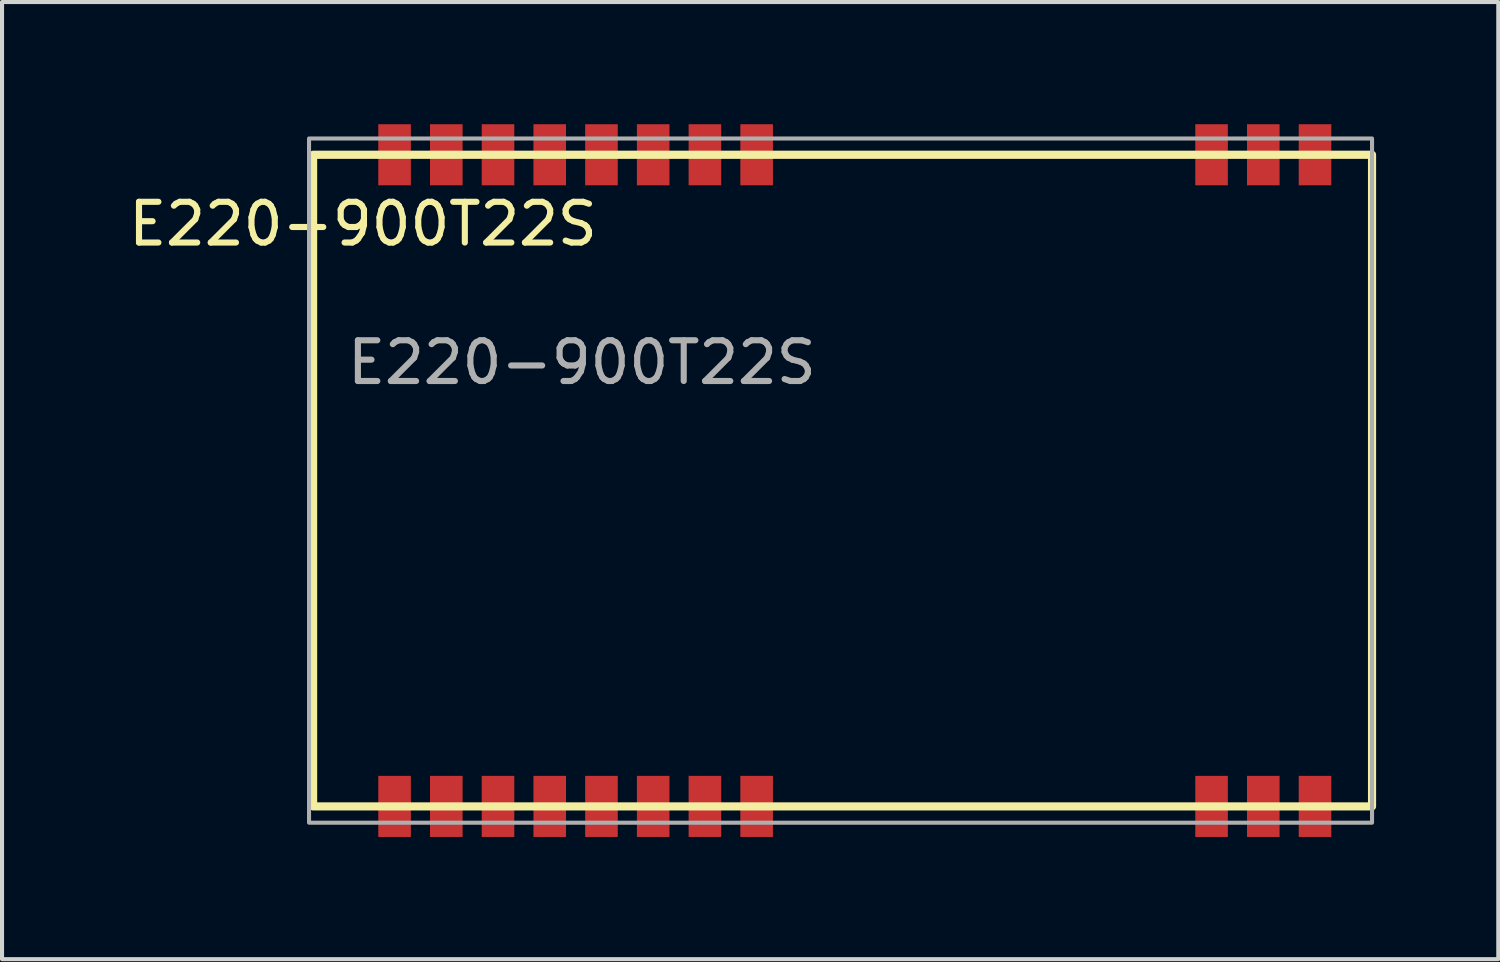
<source format=kicad_pcb>
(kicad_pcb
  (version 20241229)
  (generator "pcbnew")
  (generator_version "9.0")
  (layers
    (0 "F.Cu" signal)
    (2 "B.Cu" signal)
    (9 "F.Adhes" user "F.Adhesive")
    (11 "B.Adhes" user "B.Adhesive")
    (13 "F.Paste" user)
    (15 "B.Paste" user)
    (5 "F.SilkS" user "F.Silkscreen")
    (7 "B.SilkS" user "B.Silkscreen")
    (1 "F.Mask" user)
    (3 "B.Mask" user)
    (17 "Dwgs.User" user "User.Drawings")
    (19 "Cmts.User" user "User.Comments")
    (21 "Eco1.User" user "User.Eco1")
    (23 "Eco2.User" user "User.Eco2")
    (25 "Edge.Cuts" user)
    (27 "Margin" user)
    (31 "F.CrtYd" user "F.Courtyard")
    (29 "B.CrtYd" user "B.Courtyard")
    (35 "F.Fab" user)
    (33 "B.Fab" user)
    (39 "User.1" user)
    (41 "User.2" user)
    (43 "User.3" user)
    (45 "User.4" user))
  (footprint "E220-900T22S"
    (layer "F.Cu")
    (at 4.638 16.75)
    (property "Reference" "E220-900T22S" (at 1.225 -14.3 0) (unlocked yes) (layer "F.SilkS") (effects (font (size 1 1) (thickness 0.15))))
    (attr smd)
    (fp_rect (start 0 -16) (end 26 0) (stroke (width 0.2) (type solid)) (fill no) (layer "F.SilkS"))
    (fp_rect (start -0.1 -16.4) (end 26 0.4) (stroke (width 0.1) (type solid)) (fill no) (layer "F.Fab"))
    (fp_text user "${REFERENCE}" (at 6.6 -10.9 0) (unlocked yes) (layer "F.Fab") (effects (font (size 1 1) (thickness 0.15))))
    (pad "1" smd rect (at 2 0 90) (size 1.5 0.8) (layers "F.Cu" "F.Mask" "F.Paste"))
    (pad "2" smd rect (at 3.27 0 90) (size 1.5 0.8) (layers "F.Cu" "F.Mask" "F.Paste"))
    (pad "3" smd rect (at 4.54 0 90) (size 1.5 0.8) (layers "F.Cu" "F.Mask" "F.Paste"))
    (pad "4" smd rect (at 5.81 0 90) (size 1.5 0.8) (layers "F.Cu" "F.Mask" "F.Paste"))
    (pad "5" smd rect (at 7.08 0 90) (size 1.5 0.8) (layers "F.Cu" "F.Mask" "F.Paste"))
    (pad "6" smd rect (at 8.35 0 90) (size 1.5 0.8) (layers "F.Cu" "F.Mask" "F.Paste"))
    (pad "7" smd rect (at 9.62 0 90) (size 1.5 0.8) (layers "F.Cu" "F.Mask" "F.Paste"))
    (pad "8" smd rect (at 10.89 0 90) (size 1.5 0.8) (layers "F.Cu" "F.Mask" "F.Paste"))
    (pad "11" smd rect (at 22.06 0 90) (size 1.5 0.8) (layers "F.Cu" "F.Mask" "F.Paste"))
    (pad "12" smd rect (at 23.33 0 90) (size 1.5 0.8) (layers "F.Cu" "F.Mask" "F.Paste"))
    (pad "13" smd rect (at 24.6 0 90) (size 1.5 0.8) (layers "F.Cu" "F.Mask" "F.Paste"))
    (pad "14" smd rect (at 24.6 -16 90) (size 1.5 0.8) (layers "F.Cu" "F.Mask" "F.Paste"))
    (pad "15" smd rect (at 23.33 -16 90) (size 1.5 0.8) (layers "F.Cu" "F.Mask" "F.Paste"))
    (pad "16" smd rect (at 22.06 -16 90) (size 1.5 0.8) (layers "F.Cu" "F.Mask" "F.Paste"))
    (pad "19" smd rect (at 10.89 -16 90) (size 1.5 0.8) (layers "F.Cu" "F.Mask" "F.Paste"))
    (pad "20" smd rect (at 9.62 -16 90) (size 1.5 0.8) (layers "F.Cu" "F.Mask" "F.Paste"))
    (pad "21" smd rect (at 8.35 -16 90) (size 1.5 0.8) (layers "F.Cu" "F.Mask" "F.Paste"))
    (pad "22" smd rect (at 7.08 -16 90) (size 1.5 0.8) (layers "F.Cu" "F.Mask" "F.Paste"))
    (pad "23" smd rect (at 5.81 -16 90) (size 1.5 0.8) (layers "F.Cu" "F.Mask" "F.Paste"))
    (pad "24" smd rect (at 4.54 -16 90) (size 1.5 0.8) (layers "F.Cu" "F.Mask" "F.Paste"))
    (pad "25" smd rect (at 3.27 -16 90) (size 1.5 0.8) (layers "F.Cu" "F.Mask" "F.Paste"))
    (pad "26" smd rect (at 2 -16 90) (size 1.5 0.8) (layers "F.Cu" "F.Mask" "F.Paste")))
  (gr_rect
    (start -3 -3)
    (end 33.738 20.5)
    (stroke (width 0.1) (type default))
    (fill no)
    (layer "Edge.Cuts")))
</source>
